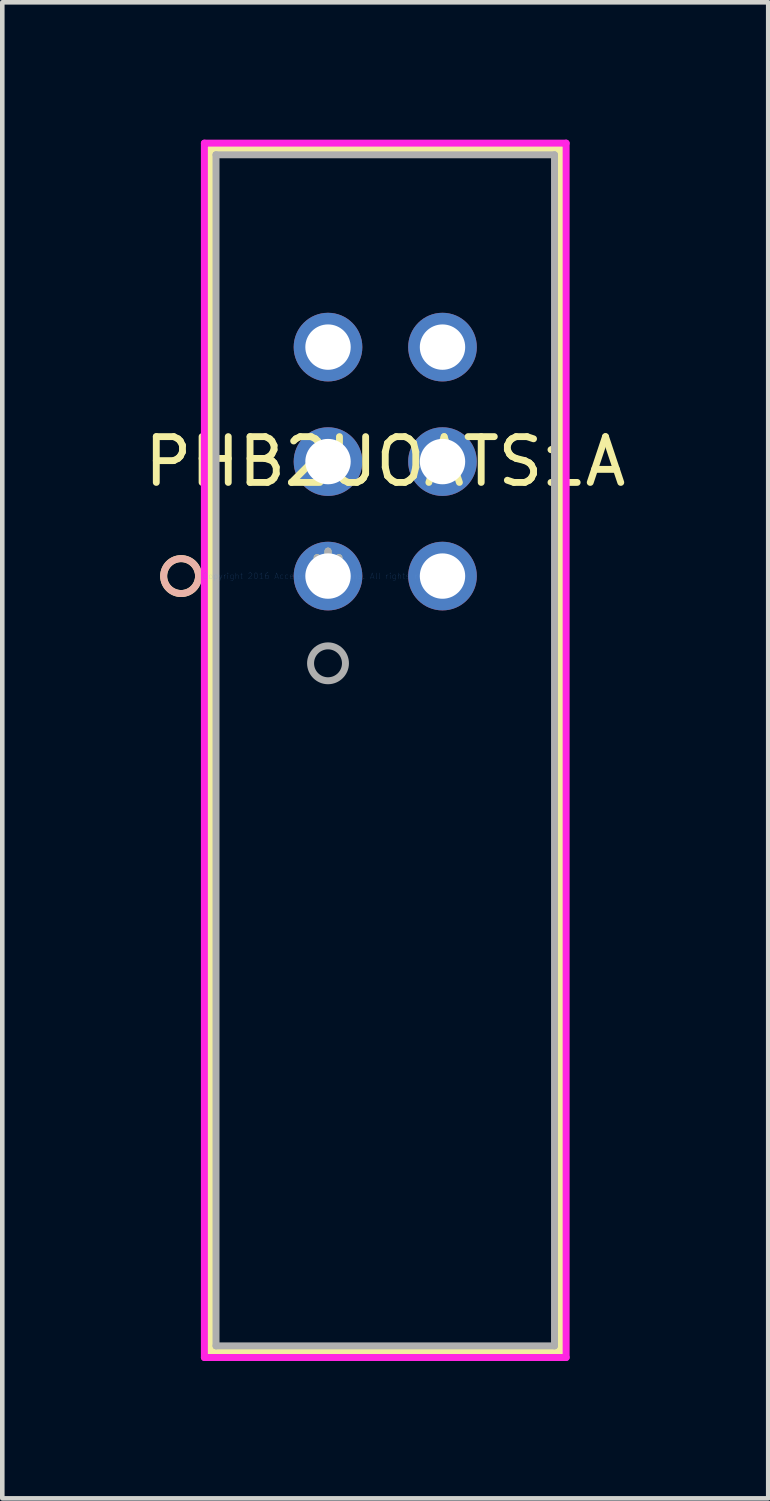
<source format=kicad_pcb>
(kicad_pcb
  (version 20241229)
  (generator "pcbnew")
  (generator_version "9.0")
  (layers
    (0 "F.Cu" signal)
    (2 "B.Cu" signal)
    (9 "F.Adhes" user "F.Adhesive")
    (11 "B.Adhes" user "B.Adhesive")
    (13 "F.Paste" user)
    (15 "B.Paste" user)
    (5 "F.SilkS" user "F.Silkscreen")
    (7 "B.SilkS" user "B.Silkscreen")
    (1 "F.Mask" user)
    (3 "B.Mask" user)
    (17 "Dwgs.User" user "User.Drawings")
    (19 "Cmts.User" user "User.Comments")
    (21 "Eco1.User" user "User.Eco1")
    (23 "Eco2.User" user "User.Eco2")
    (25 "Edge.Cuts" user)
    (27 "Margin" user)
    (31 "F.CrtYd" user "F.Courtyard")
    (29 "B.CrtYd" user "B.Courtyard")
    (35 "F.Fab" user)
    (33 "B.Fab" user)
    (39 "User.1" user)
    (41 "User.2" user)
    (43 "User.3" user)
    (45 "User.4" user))
  (footprint "PHB2UOATS1A"
    (layer "F.Cu")
    (at 4.113 9.53)
    (property "Reference" "PHB2UOATS1A" (at 1.25 -2.5 0) (layer "F.SilkS") (effects (font (size 1 1) (thickness 0.15))))
    (attr through_hole)
    (fp_line (start -2.573 -9.327) (end -2.573 16.937) (stroke (width 0.152) (type solid)) (layer "F.SilkS"))
    (fp_line (start -2.573 16.937) (end 5.073 16.937) (stroke (width 0.152) (type solid)) (layer "F.SilkS"))
    (fp_line (start 5.073 -9.327) (end -2.573 -9.327) (stroke (width 0.152) (type solid)) (layer "F.SilkS"))
    (fp_line (start 5.073 16.937) (end 5.073 -9.327) (stroke (width 0.152) (type solid)) (layer "F.SilkS"))
    (fp_circle (center -3.208 0) (end -2.827 0) (stroke (width 0.152) (type solid)) (fill no) (layer "F.SilkS"))
    (fp_circle (center -3.208 0) (end -2.827 0) (stroke (width 0.152) (type solid)) (fill no) (layer "B.SilkS"))
    (fp_line (start -2.7 -9.454) (end -2.7 17.064) (stroke (width 0.152) (type solid)) (layer "F.CrtYd"))
    (fp_line (start -2.7 17.064) (end 5.2 17.064) (stroke (width 0.152) (type solid)) (layer "F.CrtYd"))
    (fp_line (start 5.2 -9.454) (end -2.7 -9.454) (stroke (width 0.152) (type solid)) (layer "F.CrtYd"))
    (fp_line (start 5.2 17.064) (end 5.2 -9.454) (stroke (width 0.152) (type solid)) (layer "F.CrtYd"))
    (fp_line (start -2.446 -9.2) (end -2.446 16.81) (stroke (width 0.152) (type solid)) (layer "F.Fab"))
    (fp_line (start -2.446 16.81) (end 4.946 16.81) (stroke (width 0.152) (type solid)) (layer "F.Fab"))
    (fp_line (start 4.946 -9.2) (end -2.446 -9.2) (stroke (width 0.152) (type solid)) (layer "F.Fab"))
    (fp_line (start 4.946 16.81) (end 4.946 -9.2) (stroke (width 0.152) (type solid)) (layer "F.Fab"))
    (fp_circle (center 0 1.905) (end 0.381 1.905) (stroke (width 0.152) (type solid)) (fill no) (layer "F.Fab"))
    (fp_text user "*" (at 0 0 0) (layer "F.SilkS") (effects (font (size 1 1) (thickness 0.15))))
    (fp_text user "Copyright 2016 Accelerated Designs. All rights reserved." (at 0 0 0) (layer "Cmts.User") (effects (font (size 0.127 0.127) (thickness 0.002))))
    (fp_text user "*" (at 0 0 0) (layer "F.Fab") (effects (font (size 1 1) (thickness 0.15))))
    (pad "1" thru_hole circle (at 0 0) (size 1.499 1.499) (drill 0.991) (layers "*.Cu" "*.Mask"))
    (pad "2" thru_hole circle (at 0 -2.5) (size 1.499 1.499) (drill 0.991) (layers "*.Cu" "*.Mask"))
    (pad "3" thru_hole circle (at 0 -5) (size 1.499 1.499) (drill 0.991) (layers "*.Cu" "*.Mask"))
    (pad "4" thru_hole circle (at 2.5 0) (size 1.499 1.499) (drill 0.991) (layers "*.Cu" "*.Mask"))
    (pad "5" thru_hole circle (at 2.5 -2.5) (size 1.499 1.499) (drill 0.991) (layers "*.Cu" "*.Mask"))
    (pad "6" thru_hole circle (at 2.5 -5) (size 1.499 1.499) (drill 0.991) (layers "*.Cu" "*.Mask")))
  (gr_rect
    (start -3 -3)
    (end 13.726 29.67)
    (stroke (width 0.1) (type default))
    (fill no)
    (layer "Edge.Cuts")))
</source>
